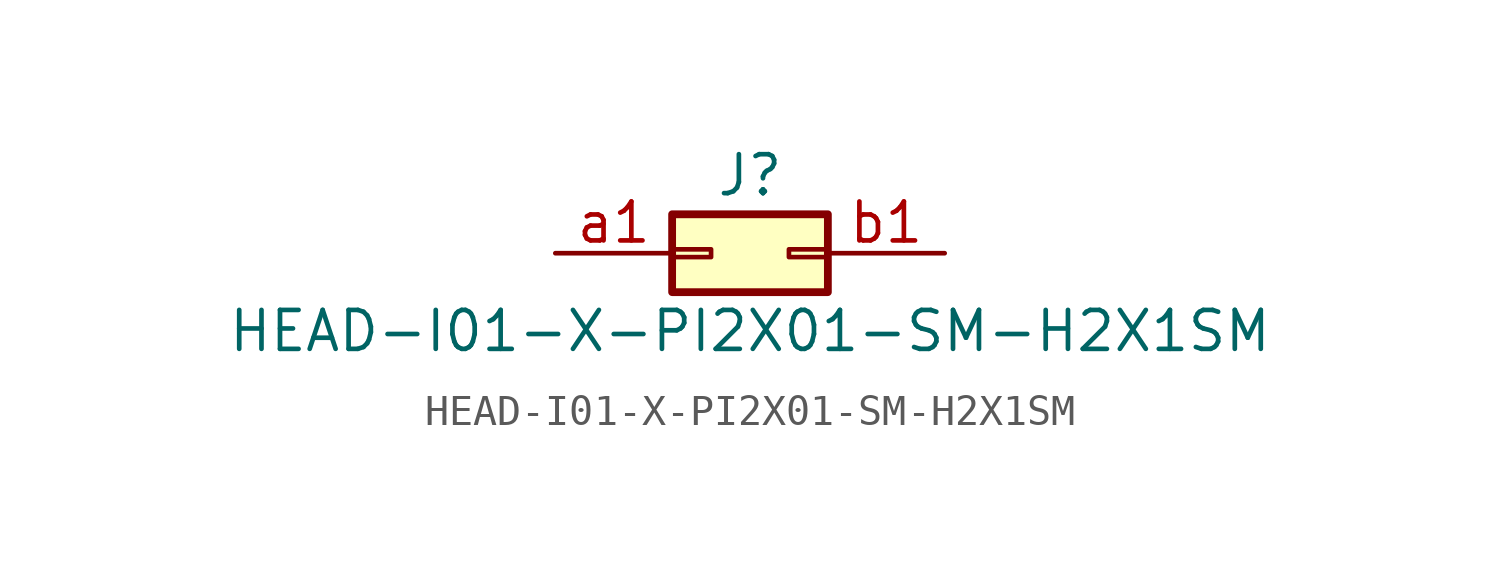
<source format=kicad_sym>
(kicad_symbol_lib
  (version 20211014)
  (generator kicad_symbol_editor)
  (symbol "HEAD-I01-X-PI2X01-SM-H2X1SM"
    (pin_names
      (offset 1.016) hide)
    (property "Reference" "J"
      (at 1.27 2.54 0)
      (effects (font (size 1.27 1.27))))
    (property "Value" "HEAD-I01-X-PI2X01-SM-H2X1SM"
      (at 1.27 -2.54 0)
      (effects (font (size 1.27 1.27))))
    (symbol "HEAD-I01-X-PI2X01-SM-H2X1SM_1_1"
      (rectangle (start -1.27 0.127) (end 0 -0.127) (stroke (width 0.152) (type default) (color 0 0 0 0)) (fill (type none)))
      (rectangle (start -1.27 1.27) (end 3.81 -1.27) (stroke (width 0.254) (type default) (color 0 0 0 0)) (fill (type background)))
      (rectangle (start 3.81 0.127) (end 2.54 -0.127) (stroke (width 0.152) (type default) (color 0 0 0 0)) (fill (type none)))
      (pin passive line (at -5.08 0 0) (length 3.81) (name "Pin_a1" (effects (font (size 1.27 1.27)))) (number "a1" (effects (font (size 1.27 1.27)))))
      (pin passive line (at 7.62 0 180) (length 3.81) (name "Pin_b1" (effects (font (size 1.27 1.27)))) (number "b1" (effects (font (size 1.27 1.27))))))))
</source>
